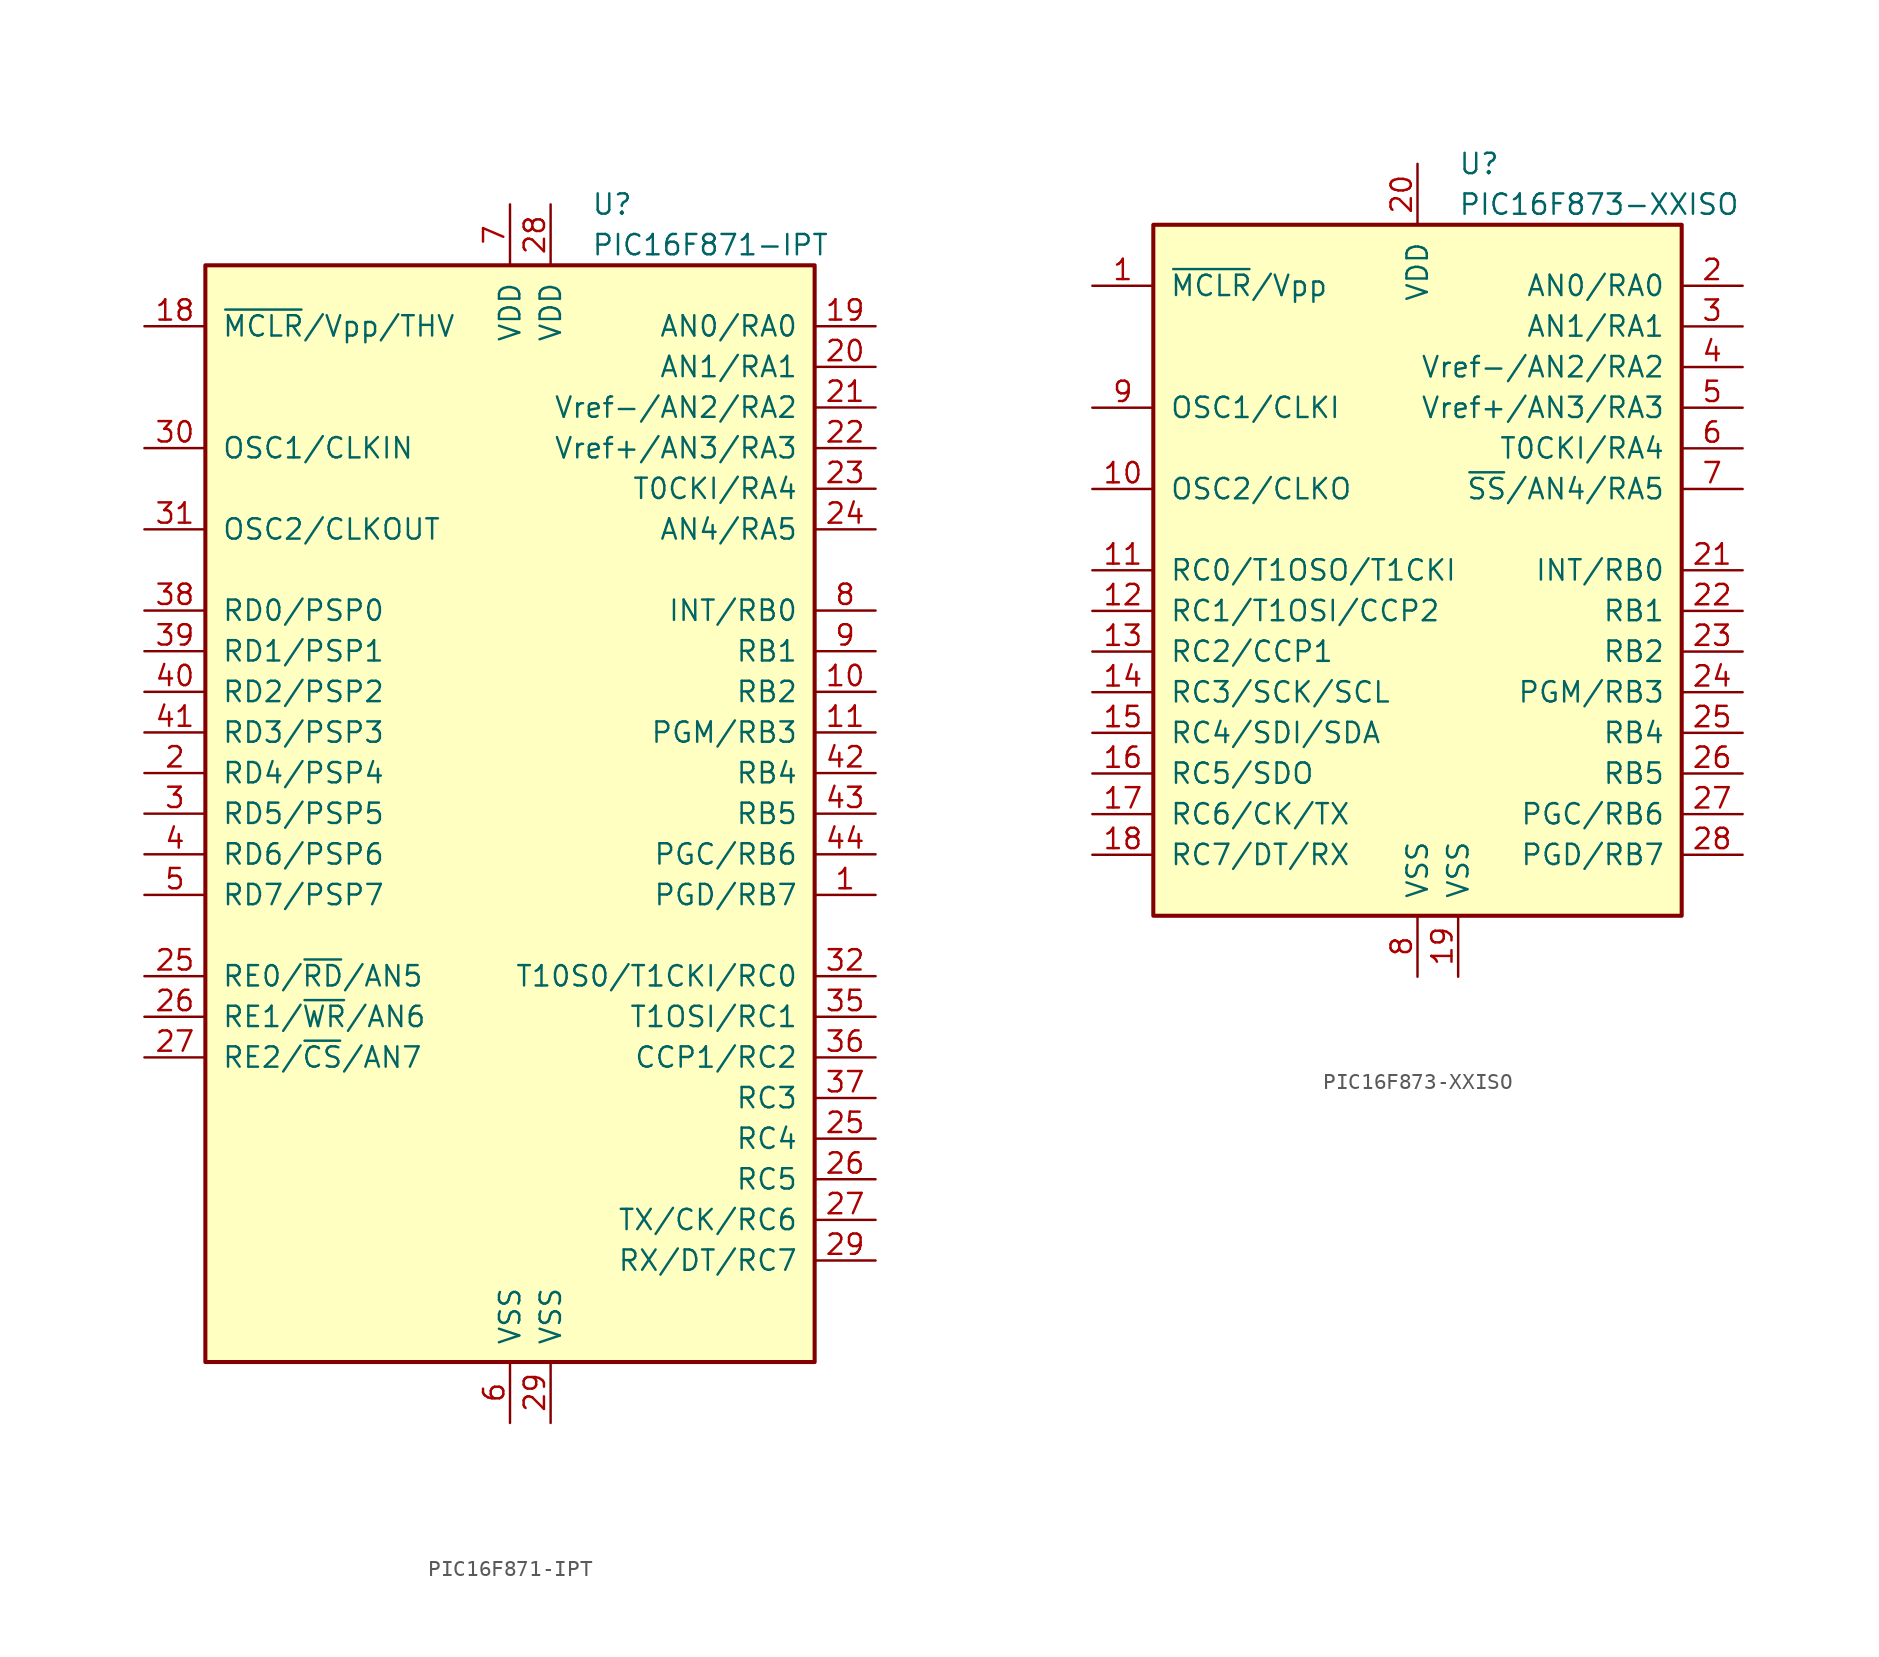
<source format=kicad_sym>
(kicad_symbol_lib
  (version 20201005)
  (generator kicad_symbol_editor)
  (symbol "MCU_Microchip_PIC16:PIC16F871-IPT"
    (pin_names
      (offset 1.016))
    (property "Reference" "U"
      (at 5.08 38.1 0)
      (effects (font (size 1.27 1.27)) (justify left)))
    (property "Value" "PIC16F871-IPT"
      (at 5.08 35.56 0)
      (effects (font (size 1.27 1.27)) (justify left)))
    (symbol "PIC16F871-IPT_0_1"
      (rectangle (start -19.05 -34.29) (end 19.05 34.29) (stroke (width 0.254)) (fill (type background))))
    (symbol "PIC16F871-IPT_1_1"
      (pin bidirectional line (at 22.86 -5.08 180) (length 3.81) (name "PGD/RB7" (effects (font (size 1.27 1.27)))) (number "1" (effects (font (size 1.27 1.27)))))
      (pin bidirectional line (at 22.86 7.62 180) (length 3.81) (name "RB2" (effects (font (size 1.27 1.27)))) (number "10" (effects (font (size 1.27 1.27)))))
      (pin bidirectional line (at 22.86 5.08 180) (length 3.81) (name "PGM/RB3" (effects (font (size 1.27 1.27)))) (number "11" (effects (font (size 1.27 1.27)))))
      (pin input line (at -22.86 30.48 0) (length 3.81) (name "~MCLR~/Vpp/THV" (effects (font (size 1.27 1.27)))) (number "18" (effects (font (size 1.27 1.27)))))
      (pin bidirectional line (at 22.86 30.48 180) (length 3.81) (name "AN0/RA0" (effects (font (size 1.27 1.27)))) (number "19" (effects (font (size 1.27 1.27)))))
      (pin bidirectional line (at -22.86 2.54 0) (length 3.81) (name "RD4/PSP4" (effects (font (size 1.27 1.27)))) (number "2" (effects (font (size 1.27 1.27)))))
      (pin bidirectional line (at 22.86 27.94 180) (length 3.81) (name "AN1/RA1" (effects (font (size 1.27 1.27)))) (number "20" (effects (font (size 1.27 1.27)))))
      (pin bidirectional line (at 22.86 25.4 180) (length 3.81) (name "Vref-/AN2/RA2" (effects (font (size 1.27 1.27)))) (number "21" (effects (font (size 1.27 1.27)))))
      (pin bidirectional line (at 22.86 22.86 180) (length 3.81) (name "Vref+/AN3/RA3" (effects (font (size 1.27 1.27)))) (number "22" (effects (font (size 1.27 1.27)))))
      (pin bidirectional line (at 22.86 20.32 180) (length 3.81) (name "T0CKI/RA4" (effects (font (size 1.27 1.27)))) (number "23" (effects (font (size 1.27 1.27)))))
      (pin bidirectional line (at 22.86 17.78 180) (length 3.81) (name "AN4/RA5" (effects (font (size 1.27 1.27)))) (number "24" (effects (font (size 1.27 1.27)))))
      (pin bidirectional line (at 22.86 -20.32 180) (length 3.81) (name "RC4" (effects (font (size 1.27 1.27)))) (number "25" (effects (font (size 1.27 1.27)))))
      (pin bidirectional line (at -22.86 -10.16 0) (length 3.81) (name "RE0/~RD~/AN5" (effects (font (size 1.27 1.27)))) (number "25" (effects (font (size 1.27 1.27)))))
      (pin bidirectional line (at 22.86 -22.86 180) (length 3.81) (name "RC5" (effects (font (size 1.27 1.27)))) (number "26" (effects (font (size 1.27 1.27)))))
      (pin bidirectional line (at -22.86 -12.7 0) (length 3.81) (name "RE1/~WR~/AN6" (effects (font (size 1.27 1.27)))) (number "26" (effects (font (size 1.27 1.27)))))
      (pin bidirectional line (at -22.86 -15.24 0) (length 3.81) (name "RE2/~CS~/AN7" (effects (font (size 1.27 1.27)))) (number "27" (effects (font (size 1.27 1.27)))))
      (pin bidirectional line (at 22.86 -25.4 180) (length 3.81) (name "TX/CK/RC6" (effects (font (size 1.27 1.27)))) (number "27" (effects (font (size 1.27 1.27)))))
      (pin power_in line (at 2.54 38.1 270) (length 3.81) (name "VDD" (effects (font (size 1.27 1.27)))) (number "28" (effects (font (size 1.27 1.27)))))
      (pin bidirectional line (at 22.86 -27.94 180) (length 3.81) (name "RX/DT/RC7" (effects (font (size 1.27 1.27)))) (number "29" (effects (font (size 1.27 1.27)))))
      (pin power_in line (at 2.54 -38.1 90) (length 3.81) (name "VSS" (effects (font (size 1.27 1.27)))) (number "29" (effects (font (size 1.27 1.27)))))
      (pin bidirectional line (at -22.86 0 0) (length 3.81) (name "RD5/PSP5" (effects (font (size 1.27 1.27)))) (number "3" (effects (font (size 1.27 1.27)))))
      (pin input line (at -22.86 22.86 0) (length 3.81) (name "OSC1/CLKIN" (effects (font (size 1.27 1.27)))) (number "30" (effects (font (size 1.27 1.27)))))
      (pin output line (at -22.86 17.78 0) (length 3.81) (name "OSC2/CLKOUT" (effects (font (size 1.27 1.27)))) (number "31" (effects (font (size 1.27 1.27)))))
      (pin bidirectional line (at 22.86 -10.16 180) (length 3.81) (name "T10S0/T1CKI/RC0" (effects (font (size 1.27 1.27)))) (number "32" (effects (font (size 1.27 1.27)))))
      (pin bidirectional line (at 22.86 -12.7 180) (length 3.81) (name "T1OSI/RC1" (effects (font (size 1.27 1.27)))) (number "35" (effects (font (size 1.27 1.27)))))
      (pin bidirectional line (at 22.86 -15.24 180) (length 3.81) (name "CCP1/RC2" (effects (font (size 1.27 1.27)))) (number "36" (effects (font (size 1.27 1.27)))))
      (pin bidirectional line (at 22.86 -17.78 180) (length 3.81) (name "RC3" (effects (font (size 1.27 1.27)))) (number "37" (effects (font (size 1.27 1.27)))))
      (pin bidirectional line (at -22.86 12.7 0) (length 3.81) (name "RD0/PSP0" (effects (font (size 1.27 1.27)))) (number "38" (effects (font (size 1.27 1.27)))))
      (pin bidirectional line (at -22.86 10.16 0) (length 3.81) (name "RD1/PSP1" (effects (font (size 1.27 1.27)))) (number "39" (effects (font (size 1.27 1.27)))))
      (pin bidirectional line (at -22.86 -2.54 0) (length 3.81) (name "RD6/PSP6" (effects (font (size 1.27 1.27)))) (number "4" (effects (font (size 1.27 1.27)))))
      (pin bidirectional line (at -22.86 7.62 0) (length 3.81) (name "RD2/PSP2" (effects (font (size 1.27 1.27)))) (number "40" (effects (font (size 1.27 1.27)))))
      (pin bidirectional line (at -22.86 5.08 0) (length 3.81) (name "RD3/PSP3" (effects (font (size 1.27 1.27)))) (number "41" (effects (font (size 1.27 1.27)))))
      (pin bidirectional line (at 22.86 2.54 180) (length 3.81) (name "RB4" (effects (font (size 1.27 1.27)))) (number "42" (effects (font (size 1.27 1.27)))))
      (pin bidirectional line (at 22.86 0 180) (length 3.81) (name "RB5" (effects (font (size 1.27 1.27)))) (number "43" (effects (font (size 1.27 1.27)))))
      (pin bidirectional line (at 22.86 -2.54 180) (length 3.81) (name "PGC/RB6" (effects (font (size 1.27 1.27)))) (number "44" (effects (font (size 1.27 1.27)))))
      (pin bidirectional line (at -22.86 -5.08 0) (length 3.81) (name "RD7/PSP7" (effects (font (size 1.27 1.27)))) (number "5" (effects (font (size 1.27 1.27)))))
      (pin power_in line (at 0 -38.1 90) (length 3.81) (name "VSS" (effects (font (size 1.27 1.27)))) (number "6" (effects (font (size 1.27 1.27)))))
      (pin power_in line (at 0 38.1 270) (length 3.81) (name "VDD" (effects (font (size 1.27 1.27)))) (number "7" (effects (font (size 1.27 1.27)))))
      (pin bidirectional line (at 22.86 12.7 180) (length 3.81) (name "INT/RB0" (effects (font (size 1.27 1.27)))) (number "8" (effects (font (size 1.27 1.27)))))
      (pin bidirectional line (at 22.86 10.16 180) (length 3.81) (name "RB1" (effects (font (size 1.27 1.27)))) (number "9" (effects (font (size 1.27 1.27)))))))
  (symbol "MCU_Microchip_PIC16:PIC16F873-XXISO"
    (pin_names
      (offset 1.016))
    (property "Reference" "U"
      (at 2.54 25.4 0)
      (effects (font (size 1.27 1.27)) (justify left)))
    (property "Value" "PIC16F873-XXISO"
      (at 2.54 22.86 0)
      (effects (font (size 1.27 1.27)) (justify left)))
    (symbol "PIC16F873-XXISO_0_1"
      (rectangle (start -16.51 21.59) (end 16.51 -21.59) (stroke (width 0.254)) (fill (type background))))
    (symbol "PIC16F873-XXISO_1_1"
      (pin input line (at -20.32 17.78 0) (length 3.81) (name "~MCLR~/Vpp" (effects (font (size 1.27 1.27)))) (number "1" (effects (font (size 1.27 1.27)))))
      (pin output line (at -20.32 5.08 0) (length 3.81) (name "OSC2/CLKO" (effects (font (size 1.27 1.27)))) (number "10" (effects (font (size 1.27 1.27)))))
      (pin bidirectional line (at -20.32 0 0) (length 3.81) (name "RC0/T1OSO/T1CKI" (effects (font (size 1.27 1.27)))) (number "11" (effects (font (size 1.27 1.27)))))
      (pin bidirectional line (at -20.32 -2.54 0) (length 3.81) (name "RC1/T1OSI/CCP2" (effects (font (size 1.27 1.27)))) (number "12" (effects (font (size 1.27 1.27)))))
      (pin bidirectional line (at -20.32 -5.08 0) (length 3.81) (name "RC2/CCP1" (effects (font (size 1.27 1.27)))) (number "13" (effects (font (size 1.27 1.27)))))
      (pin bidirectional line (at -20.32 -7.62 0) (length 3.81) (name "RC3/SCK/SCL" (effects (font (size 1.27 1.27)))) (number "14" (effects (font (size 1.27 1.27)))))
      (pin bidirectional line (at -20.32 -10.16 0) (length 3.81) (name "RC4/SDI/SDA" (effects (font (size 1.27 1.27)))) (number "15" (effects (font (size 1.27 1.27)))))
      (pin bidirectional line (at -20.32 -12.7 0) (length 3.81) (name "RC5/SDO" (effects (font (size 1.27 1.27)))) (number "16" (effects (font (size 1.27 1.27)))))
      (pin bidirectional line (at -20.32 -15.24 0) (length 3.81) (name "RC6/CK/TX" (effects (font (size 1.27 1.27)))) (number "17" (effects (font (size 1.27 1.27)))))
      (pin bidirectional line (at -20.32 -17.78 0) (length 3.81) (name "RC7/DT/RX" (effects (font (size 1.27 1.27)))) (number "18" (effects (font (size 1.27 1.27)))))
      (pin power_in line (at 2.54 -25.4 90) (length 3.81) (name "VSS" (effects (font (size 1.27 1.27)))) (number "19" (effects (font (size 1.27 1.27)))))
      (pin bidirectional line (at 20.32 17.78 180) (length 3.81) (name "AN0/RA0" (effects (font (size 1.27 1.27)))) (number "2" (effects (font (size 1.27 1.27)))))
      (pin power_in line (at 0 25.4 270) (length 3.81) (name "VDD" (effects (font (size 1.27 1.27)))) (number "20" (effects (font (size 1.27 1.27)))))
      (pin bidirectional line (at 20.32 0 180) (length 3.81) (name "INT/RB0" (effects (font (size 1.27 1.27)))) (number "21" (effects (font (size 1.27 1.27)))))
      (pin bidirectional line (at 20.32 -2.54 180) (length 3.81) (name "RB1" (effects (font (size 1.27 1.27)))) (number "22" (effects (font (size 1.27 1.27)))))
      (pin bidirectional line (at 20.32 -5.08 180) (length 3.81) (name "RB2" (effects (font (size 1.27 1.27)))) (number "23" (effects (font (size 1.27 1.27)))))
      (pin bidirectional line (at 20.32 -7.62 180) (length 3.81) (name "PGM/RB3" (effects (font (size 1.27 1.27)))) (number "24" (effects (font (size 1.27 1.27)))))
      (pin bidirectional line (at 20.32 -10.16 180) (length 3.81) (name "RB4" (effects (font (size 1.27 1.27)))) (number "25" (effects (font (size 1.27 1.27)))))
      (pin bidirectional line (at 20.32 -12.7 180) (length 3.81) (name "RB5" (effects (font (size 1.27 1.27)))) (number "26" (effects (font (size 1.27 1.27)))))
      (pin bidirectional line (at 20.32 -15.24 180) (length 3.81) (name "PGC/RB6" (effects (font (size 1.27 1.27)))) (number "27" (effects (font (size 1.27 1.27)))))
      (pin bidirectional line (at 20.32 -17.78 180) (length 3.81) (name "PGD/RB7" (effects (font (size 1.27 1.27)))) (number "28" (effects (font (size 1.27 1.27)))))
      (pin bidirectional line (at 20.32 15.24 180) (length 3.81) (name "AN1/RA1" (effects (font (size 1.27 1.27)))) (number "3" (effects (font (size 1.27 1.27)))))
      (pin bidirectional line (at 20.32 12.7 180) (length 3.81) (name "Vref-/AN2/RA2" (effects (font (size 1.27 1.27)))) (number "4" (effects (font (size 1.27 1.27)))))
      (pin bidirectional line (at 20.32 10.16 180) (length 3.81) (name "Vref+/AN3/RA3" (effects (font (size 1.27 1.27)))) (number "5" (effects (font (size 1.27 1.27)))))
      (pin bidirectional line (at 20.32 7.62 180) (length 3.81) (name "T0CKI/RA4" (effects (font (size 1.27 1.27)))) (number "6" (effects (font (size 1.27 1.27)))))
      (pin bidirectional line (at 20.32 5.08 180) (length 3.81) (name "~SS~/AN4/RA5" (effects (font (size 1.27 1.27)))) (number "7" (effects (font (size 1.27 1.27)))))
      (pin power_in line (at 0 -25.4 90) (length 3.81) (name "VSS" (effects (font (size 1.27 1.27)))) (number "8" (effects (font (size 1.27 1.27)))))
      (pin input line (at -20.32 10.16 0) (length 3.81) (name "OSC1/CLKI" (effects (font (size 1.27 1.27)))) (number "9" (effects (font (size 1.27 1.27))))))))
</source>
